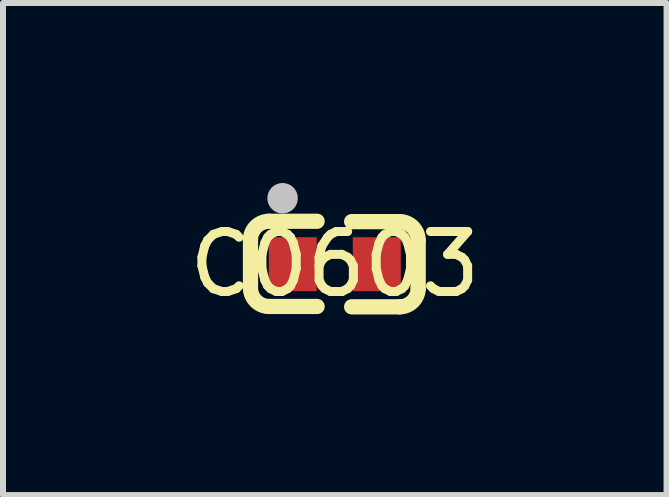
<source format=kicad_pcb>
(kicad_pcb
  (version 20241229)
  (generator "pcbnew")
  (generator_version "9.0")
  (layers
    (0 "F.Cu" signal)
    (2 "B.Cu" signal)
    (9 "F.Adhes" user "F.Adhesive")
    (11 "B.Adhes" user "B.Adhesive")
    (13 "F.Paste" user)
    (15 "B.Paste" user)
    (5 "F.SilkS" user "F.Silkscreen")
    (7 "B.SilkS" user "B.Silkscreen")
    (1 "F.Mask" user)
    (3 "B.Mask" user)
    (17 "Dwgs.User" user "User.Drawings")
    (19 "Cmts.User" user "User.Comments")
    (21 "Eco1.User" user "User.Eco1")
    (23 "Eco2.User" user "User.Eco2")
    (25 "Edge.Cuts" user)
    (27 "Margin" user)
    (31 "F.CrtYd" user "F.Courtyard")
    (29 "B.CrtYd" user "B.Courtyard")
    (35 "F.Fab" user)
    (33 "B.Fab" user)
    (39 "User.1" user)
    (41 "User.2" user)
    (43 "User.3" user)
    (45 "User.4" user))
  (footprint "C0603"
    (layer "F.Cu")
    (at 2.53 1.354)
    (property "Reference" "C0603" (at 0 0 0) (layer "F.SilkS") (effects (font (size 1 1) (thickness 0.15))))
    (fp_line (start -1.405 -0.406) (end -1.405 0.395) (stroke (width 0.254) (type default)) (layer "F.SilkS"))
    (fp_line (start -0.295 -0.716) (end -1.095 -0.716) (stroke (width 0.254) (type default)) (layer "F.SilkS"))
    (fp_line (start -0.295 0.704) (end -1.095 0.704) (stroke (width 0.254) (type default)) (layer "F.SilkS"))
    (fp_line (start 0.281 -0.71) (end 1.08 -0.71) (stroke (width 0.254) (type default)) (layer "F.SilkS"))
    (fp_line (start 0.281 0.71) (end 1.08 0.71) (stroke (width 0.254) (type default)) (layer "F.SilkS"))
    (fp_line (start 1.39 -0.4) (end 1.39 0.401) (stroke (width 0.254) (type default)) (layer "F.SilkS"))
    (fp_arc (start -1.4055 -0.4055) (mid -1.314703 -0.624703) (end -1.0955 -0.7155) (stroke (width 0.254) (type default)) (layer "F.SilkS"))
    (fp_arc (start -1.0955 0.704) (mid -1.31435 0.61335) (end -1.4055 0.3945) (stroke (width 0.254) (type default)) (layer "F.SilkS"))
    (fp_arc (start 1.08 -0.7095) (mid 1.29885 -0.61885) (end 1.39 -0.4) (stroke (width 0.254) (type default)) (layer "F.SilkS"))
    (fp_arc (start 1.39 0.4) (mid 1.299203 0.619203) (end 1.08 0.71) (stroke (width 0.254) (type default)) (layer "F.SilkS"))
    (fp_circle (center -0.87 -1.1) (end -0.743 -1.1) (stroke (width 0.254) (type default)) (fill no) (layer "Dwgs.User"))
    (fp_poly (pts (xy -0.8 0.4) (xy -0.8 -0.4) (xy -0.5 -0.4) (xy -0.5 0.4)) (stroke (width 0.1) (type default)) (fill no) (layer "User.1"))
    (fp_poly (pts (xy 0.8 0.4) (xy 0.8 -0.4) (xy 0.5 -0.4) (xy 0.5 0.4)) (stroke (width 0.1) (type default)) (fill no) (layer "User.1"))
    (fp_line (start -0.8 -0.4) (end 0.8 -0.4) (stroke (width 0.051) (type default)) (layer "User.2"))
    (fp_line (start -0.8 0.4) (end -0.8 -0.4) (stroke (width 0.051) (type default)) (layer "User.2"))
    (fp_line (start 0.8 -0.4) (end 0.8 0.4) (stroke (width 0.051) (type default)) (layer "User.2"))
    (fp_line (start 0.8 0.4) (end -0.8 0.4) (stroke (width 0.051) (type default)) (layer "User.2"))
    (fp_poly (pts (xy 1.13 -0.43) (xy 1.112 -0.472) (xy 1.07 -0.49) (xy 1.028 -0.472) (xy 1.01 -0.43) (xy 1.028 -0.388) (xy 1.07 -0.37) (xy 1.112 -0.388)) (stroke (width 0.1) (type default)) (fill no) (layer "User.3"))
    (pad "1" smd rect (at -0.7 0) (size 0.8 0.9) (layers "F.Cu" "F.Mask" "F.Paste"))
    (pad "2" smd rect (at 0.7 0) (size 0.8 0.9) (layers "F.Cu" "F.Mask" "F.Paste")))
  (gr_rect
    (start -3 -3)
    (end 8.06 5.202)
    (stroke (width 0.1) (type default))
    (fill no)
    (layer "Edge.Cuts")))
</source>
